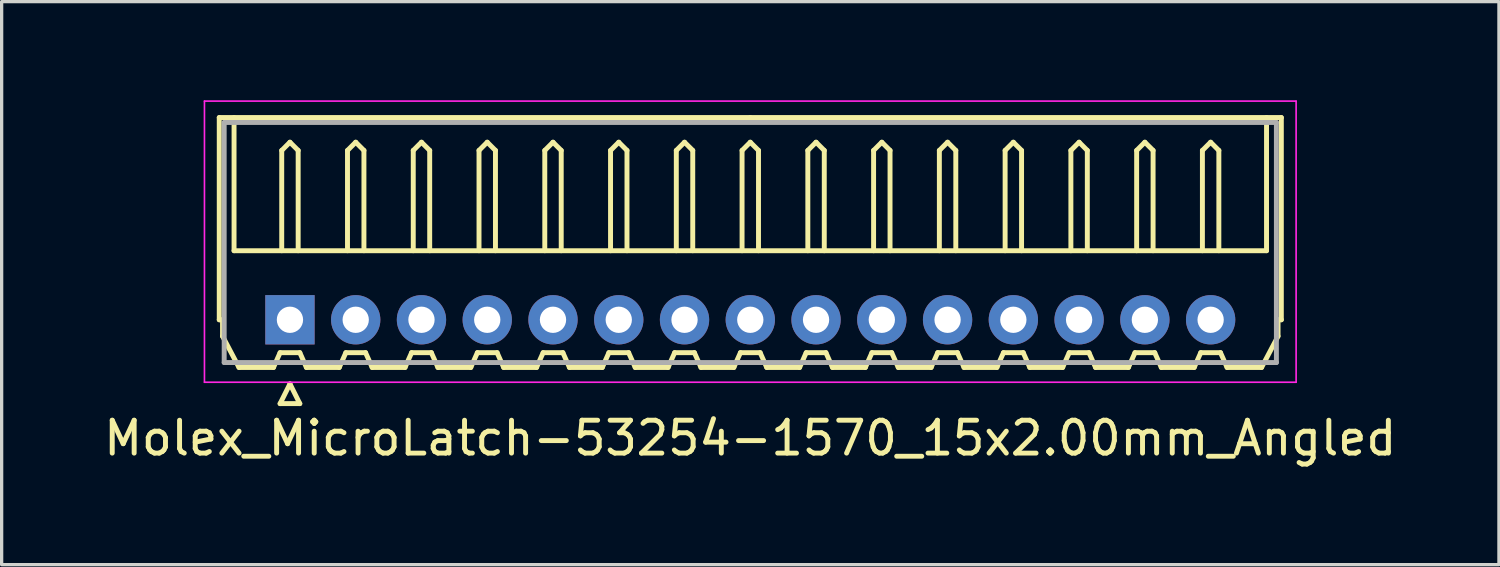
<source format=kicad_pcb>
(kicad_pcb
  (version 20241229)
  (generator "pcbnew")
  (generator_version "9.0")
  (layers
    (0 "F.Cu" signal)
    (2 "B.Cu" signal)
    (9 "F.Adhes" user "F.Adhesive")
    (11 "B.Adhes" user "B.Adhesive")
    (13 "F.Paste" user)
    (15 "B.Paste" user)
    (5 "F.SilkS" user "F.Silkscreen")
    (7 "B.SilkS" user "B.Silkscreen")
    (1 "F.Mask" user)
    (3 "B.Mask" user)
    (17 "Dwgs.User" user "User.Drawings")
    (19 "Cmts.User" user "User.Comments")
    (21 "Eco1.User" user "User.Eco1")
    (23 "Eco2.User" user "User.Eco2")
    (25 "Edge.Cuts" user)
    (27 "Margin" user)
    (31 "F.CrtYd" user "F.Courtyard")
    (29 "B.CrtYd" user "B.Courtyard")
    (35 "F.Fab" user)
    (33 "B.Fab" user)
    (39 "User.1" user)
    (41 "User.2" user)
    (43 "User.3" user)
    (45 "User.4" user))
  (footprint "Molex_MicroLatch-53254-1570_15x2.00mm_Angled"
    (layer "F.Cu")
    (at 5.768 6.675)
    (property "Reference" "Molex_MicroLatch-53254-1570_15x2.00mm_Angled" (at 14 3.6 0) (layer "F.SilkS") (effects (font (size 1 1) (thickness 0.15))))
    (attr through_hole)
    (fp_line (start -2.15 -6.15) (end 14 -6.15) (stroke (width 0.15) (type solid)) (layer "F.SilkS"))
    (fp_line (start -2.15 0) (end -2.15 -6.15) (stroke (width 0.15) (type solid)) (layer "F.SilkS"))
    (fp_line (start -2.05 0) (end -2.15 0) (stroke (width 0.15) (type solid)) (layer "F.SilkS"))
    (fp_line (start -2.05 0.5) (end -2.05 0) (stroke (width 0.15) (type solid)) (layer "F.SilkS"))
    (fp_line (start -1.7 -6.15) (end -1.7 -2.1) (stroke (width 0.15) (type solid)) (layer "F.SilkS"))
    (fp_line (start -1.7 -2.1) (end 29.7 -2.1) (stroke (width 0.15) (type solid)) (layer "F.SilkS"))
    (fp_line (start -1.55 1.45) (end -2.05 0.5) (stroke (width 0.15) (type solid)) (layer "F.SilkS"))
    (fp_line (start -0.5 1.45) (end -1.55 1.45) (stroke (width 0.15) (type solid)) (layer "F.SilkS"))
    (fp_line (start -0.3 1) (end -0.5 1.45) (stroke (width 0.15) (type solid)) (layer "F.SilkS"))
    (fp_line (start -0.3 1) (end 0.3 1) (stroke (width 0.15) (type solid)) (layer "F.SilkS"))
    (fp_line (start -0.3 2.55) (end 0.3 2.55) (stroke (width 0.15) (type solid)) (layer "F.SilkS"))
    (fp_line (start -0.25 -5.15) (end 0 -5.4) (stroke (width 0.15) (type solid)) (layer "F.SilkS"))
    (fp_line (start -0.25 -2.1) (end -0.25 -5.15) (stroke (width 0.15) (type solid)) (layer "F.SilkS"))
    (fp_line (start 0 -5.4) (end 0.25 -5.15) (stroke (width 0.15) (type solid)) (layer "F.SilkS"))
    (fp_line (start 0 1.95) (end -0.3 2.55) (stroke (width 0.15) (type solid)) (layer "F.SilkS"))
    (fp_line (start 0.25 -5.15) (end 0.25 -2.1) (stroke (width 0.15) (type solid)) (layer "F.SilkS"))
    (fp_line (start 0.3 1) (end 0.5 1.45) (stroke (width 0.15) (type solid)) (layer "F.SilkS"))
    (fp_line (start 0.3 2.55) (end 0 1.95) (stroke (width 0.15) (type solid)) (layer "F.SilkS"))
    (fp_line (start 0.5 1.45) (end 1.5 1.45) (stroke (width 0.15) (type solid)) (layer "F.SilkS"))
    (fp_line (start 1.5 1.45) (end 1.7 1) (stroke (width 0.15) (type solid)) (layer "F.SilkS"))
    (fp_line (start 1.7 1) (end 2.3 1) (stroke (width 0.15) (type solid)) (layer "F.SilkS"))
    (fp_line (start 1.75 -5.15) (end 2 -5.4) (stroke (width 0.15) (type solid)) (layer "F.SilkS"))
    (fp_line (start 1.75 -2.1) (end 1.75 -5.15) (stroke (width 0.15) (type solid)) (layer "F.SilkS"))
    (fp_line (start 2 -5.4) (end 2.25 -5.15) (stroke (width 0.15) (type solid)) (layer "F.SilkS"))
    (fp_line (start 2.25 -5.15) (end 2.25 -2.1) (stroke (width 0.15) (type solid)) (layer "F.SilkS"))
    (fp_line (start 2.3 1) (end 2.5 1.45) (stroke (width 0.15) (type solid)) (layer "F.SilkS"))
    (fp_line (start 2.5 1.45) (end 3.5 1.45) (stroke (width 0.15) (type solid)) (layer "F.SilkS"))
    (fp_line (start 3.5 1.45) (end 3.7 1) (stroke (width 0.15) (type solid)) (layer "F.SilkS"))
    (fp_line (start 3.7 1) (end 4.3 1) (stroke (width 0.15) (type solid)) (layer "F.SilkS"))
    (fp_line (start 3.75 -5.15) (end 4 -5.4) (stroke (width 0.15) (type solid)) (layer "F.SilkS"))
    (fp_line (start 3.75 -2.1) (end 3.75 -5.15) (stroke (width 0.15) (type solid)) (layer "F.SilkS"))
    (fp_line (start 4 -5.4) (end 4.25 -5.15) (stroke (width 0.15) (type solid)) (layer "F.SilkS"))
    (fp_line (start 4.25 -5.15) (end 4.25 -2.1) (stroke (width 0.15) (type solid)) (layer "F.SilkS"))
    (fp_line (start 4.3 1) (end 4.5 1.45) (stroke (width 0.15) (type solid)) (layer "F.SilkS"))
    (fp_line (start 4.5 1.45) (end 5.5 1.45) (stroke (width 0.15) (type solid)) (layer "F.SilkS"))
    (fp_line (start 5.5 1.45) (end 5.7 1) (stroke (width 0.15) (type solid)) (layer "F.SilkS"))
    (fp_line (start 5.7 1) (end 6.3 1) (stroke (width 0.15) (type solid)) (layer "F.SilkS"))
    (fp_line (start 5.75 -5.15) (end 6 -5.4) (stroke (width 0.15) (type solid)) (layer "F.SilkS"))
    (fp_line (start 5.75 -2.1) (end 5.75 -5.15) (stroke (width 0.15) (type solid)) (layer "F.SilkS"))
    (fp_line (start 6 -5.4) (end 6.25 -5.15) (stroke (width 0.15) (type solid)) (layer "F.SilkS"))
    (fp_line (start 6.25 -5.15) (end 6.25 -2.1) (stroke (width 0.15) (type solid)) (layer "F.SilkS"))
    (fp_line (start 6.3 1) (end 6.5 1.45) (stroke (width 0.15) (type solid)) (layer "F.SilkS"))
    (fp_line (start 6.5 1.45) (end 7.5 1.45) (stroke (width 0.15) (type solid)) (layer "F.SilkS"))
    (fp_line (start 7.5 1.45) (end 7.7 1) (stroke (width 0.15) (type solid)) (layer "F.SilkS"))
    (fp_line (start 7.7 1) (end 8.3 1) (stroke (width 0.15) (type solid)) (layer "F.SilkS"))
    (fp_line (start 7.75 -5.15) (end 8 -5.4) (stroke (width 0.15) (type solid)) (layer "F.SilkS"))
    (fp_line (start 7.75 -2.1) (end 7.75 -5.15) (stroke (width 0.15) (type solid)) (layer "F.SilkS"))
    (fp_line (start 8 -5.4) (end 8.25 -5.15) (stroke (width 0.15) (type solid)) (layer "F.SilkS"))
    (fp_line (start 8.25 -5.15) (end 8.25 -2.1) (stroke (width 0.15) (type solid)) (layer "F.SilkS"))
    (fp_line (start 8.3 1) (end 8.5 1.45) (stroke (width 0.15) (type solid)) (layer "F.SilkS"))
    (fp_line (start 8.5 1.45) (end 9.5 1.45) (stroke (width 0.15) (type solid)) (layer "F.SilkS"))
    (fp_line (start 9.5 1.45) (end 9.7 1) (stroke (width 0.15) (type solid)) (layer "F.SilkS"))
    (fp_line (start 9.7 1) (end 10.3 1) (stroke (width 0.15) (type solid)) (layer "F.SilkS"))
    (fp_line (start 9.75 -5.15) (end 10 -5.4) (stroke (width 0.15) (type solid)) (layer "F.SilkS"))
    (fp_line (start 9.75 -2.1) (end 9.75 -5.15) (stroke (width 0.15) (type solid)) (layer "F.SilkS"))
    (fp_line (start 10 -5.4) (end 10.25 -5.15) (stroke (width 0.15) (type solid)) (layer "F.SilkS"))
    (fp_line (start 10.25 -5.15) (end 10.25 -2.1) (stroke (width 0.15) (type solid)) (layer "F.SilkS"))
    (fp_line (start 10.3 1) (end 10.5 1.45) (stroke (width 0.15) (type solid)) (layer "F.SilkS"))
    (fp_line (start 10.5 1.45) (end 11.5 1.45) (stroke (width 0.15) (type solid)) (layer "F.SilkS"))
    (fp_line (start 11.5 1.45) (end 11.7 1) (stroke (width 0.15) (type solid)) (layer "F.SilkS"))
    (fp_line (start 11.7 1) (end 12.3 1) (stroke (width 0.15) (type solid)) (layer "F.SilkS"))
    (fp_line (start 11.75 -5.15) (end 12 -5.4) (stroke (width 0.15) (type solid)) (layer "F.SilkS"))
    (fp_line (start 11.75 -2.1) (end 11.75 -5.15) (stroke (width 0.15) (type solid)) (layer "F.SilkS"))
    (fp_line (start 12 -5.4) (end 12.25 -5.15) (stroke (width 0.15) (type solid)) (layer "F.SilkS"))
    (fp_line (start 12.25 -5.15) (end 12.25 -2.1) (stroke (width 0.15) (type solid)) (layer "F.SilkS"))
    (fp_line (start 12.3 1) (end 12.5 1.45) (stroke (width 0.15) (type solid)) (layer "F.SilkS"))
    (fp_line (start 12.5 1.45) (end 13.5 1.45) (stroke (width 0.15) (type solid)) (layer "F.SilkS"))
    (fp_line (start 13.5 1.45) (end 13.7 1) (stroke (width 0.15) (type solid)) (layer "F.SilkS"))
    (fp_line (start 13.7 1) (end 14.3 1) (stroke (width 0.15) (type solid)) (layer "F.SilkS"))
    (fp_line (start 13.75 -5.15) (end 14 -5.4) (stroke (width 0.15) (type solid)) (layer "F.SilkS"))
    (fp_line (start 13.75 -2.1) (end 13.75 -5.15) (stroke (width 0.15) (type solid)) (layer "F.SilkS"))
    (fp_line (start 14 -5.4) (end 14.25 -5.15) (stroke (width 0.15) (type solid)) (layer "F.SilkS"))
    (fp_line (start 14.25 -5.15) (end 14.25 -2.1) (stroke (width 0.15) (type solid)) (layer "F.SilkS"))
    (fp_line (start 14.3 1) (end 14.5 1.45) (stroke (width 0.15) (type solid)) (layer "F.SilkS"))
    (fp_line (start 14.5 1.45) (end 15.5 1.45) (stroke (width 0.15) (type solid)) (layer "F.SilkS"))
    (fp_line (start 15.5 1.45) (end 15.7 1) (stroke (width 0.15) (type solid)) (layer "F.SilkS"))
    (fp_line (start 15.7 1) (end 16.3 1) (stroke (width 0.15) (type solid)) (layer "F.SilkS"))
    (fp_line (start 15.75 -5.15) (end 16 -5.4) (stroke (width 0.15) (type solid)) (layer "F.SilkS"))
    (fp_line (start 15.75 -2.1) (end 15.75 -5.15) (stroke (width 0.15) (type solid)) (layer "F.SilkS"))
    (fp_line (start 16 -5.4) (end 16.25 -5.15) (stroke (width 0.15) (type solid)) (layer "F.SilkS"))
    (fp_line (start 16.25 -5.15) (end 16.25 -2.1) (stroke (width 0.15) (type solid)) (layer "F.SilkS"))
    (fp_line (start 16.3 1) (end 16.5 1.45) (stroke (width 0.15) (type solid)) (layer "F.SilkS"))
    (fp_line (start 16.5 1.45) (end 17.5 1.45) (stroke (width 0.15) (type solid)) (layer "F.SilkS"))
    (fp_line (start 17.5 1.45) (end 17.7 1) (stroke (width 0.15) (type solid)) (layer "F.SilkS"))
    (fp_line (start 17.7 1) (end 18.3 1) (stroke (width 0.15) (type solid)) (layer "F.SilkS"))
    (fp_line (start 17.75 -5.15) (end 18 -5.4) (stroke (width 0.15) (type solid)) (layer "F.SilkS"))
    (fp_line (start 17.75 -2.1) (end 17.75 -5.15) (stroke (width 0.15) (type solid)) (layer "F.SilkS"))
    (fp_line (start 18 -5.4) (end 18.25 -5.15) (stroke (width 0.15) (type solid)) (layer "F.SilkS"))
    (fp_line (start 18.25 -5.15) (end 18.25 -2.1) (stroke (width 0.15) (type solid)) (layer "F.SilkS"))
    (fp_line (start 18.3 1) (end 18.5 1.45) (stroke (width 0.15) (type solid)) (layer "F.SilkS"))
    (fp_line (start 18.5 1.45) (end 19.5 1.45) (stroke (width 0.15) (type solid)) (layer "F.SilkS"))
    (fp_line (start 19.5 1.45) (end 19.7 1) (stroke (width 0.15) (type solid)) (layer "F.SilkS"))
    (fp_line (start 19.7 1) (end 20.3 1) (stroke (width 0.15) (type solid)) (layer "F.SilkS"))
    (fp_line (start 19.75 -5.15) (end 20 -5.4) (stroke (width 0.15) (type solid)) (layer "F.SilkS"))
    (fp_line (start 19.75 -2.1) (end 19.75 -5.15) (stroke (width 0.15) (type solid)) (layer "F.SilkS"))
    (fp_line (start 20 -5.4) (end 20.25 -5.15) (stroke (width 0.15) (type solid)) (layer "F.SilkS"))
    (fp_line (start 20.25 -5.15) (end 20.25 -2.1) (stroke (width 0.15) (type solid)) (layer "F.SilkS"))
    (fp_line (start 20.3 1) (end 20.5 1.45) (stroke (width 0.15) (type solid)) (layer "F.SilkS"))
    (fp_line (start 20.5 1.45) (end 21.5 1.45) (stroke (width 0.15) (type solid)) (layer "F.SilkS"))
    (fp_line (start 21.5 1.45) (end 21.7 1) (stroke (width 0.15) (type solid)) (layer "F.SilkS"))
    (fp_line (start 21.7 1) (end 22.3 1) (stroke (width 0.15) (type solid)) (layer "F.SilkS"))
    (fp_line (start 21.75 -5.15) (end 22 -5.4) (stroke (width 0.15) (type solid)) (layer "F.SilkS"))
    (fp_line (start 21.75 -2.1) (end 21.75 -5.15) (stroke (width 0.15) (type solid)) (layer "F.SilkS"))
    (fp_line (start 22 -5.4) (end 22.25 -5.15) (stroke (width 0.15) (type solid)) (layer "F.SilkS"))
    (fp_line (start 22.25 -5.15) (end 22.25 -2.1) (stroke (width 0.15) (type solid)) (layer "F.SilkS"))
    (fp_line (start 22.3 1) (end 22.5 1.45) (stroke (width 0.15) (type solid)) (layer "F.SilkS"))
    (fp_line (start 22.5 1.45) (end 23.5 1.45) (stroke (width 0.15) (type solid)) (layer "F.SilkS"))
    (fp_line (start 23.5 1.45) (end 23.7 1) (stroke (width 0.15) (type solid)) (layer "F.SilkS"))
    (fp_line (start 23.7 1) (end 24.3 1) (stroke (width 0.15) (type solid)) (layer "F.SilkS"))
    (fp_line (start 23.75 -5.15) (end 24 -5.4) (stroke (width 0.15) (type solid)) (layer "F.SilkS"))
    (fp_line (start 23.75 -2.1) (end 23.75 -5.15) (stroke (width 0.15) (type solid)) (layer "F.SilkS"))
    (fp_line (start 24 -5.4) (end 24.25 -5.15) (stroke (width 0.15) (type solid)) (layer "F.SilkS"))
    (fp_line (start 24.25 -5.15) (end 24.25 -2.1) (stroke (width 0.15) (type solid)) (layer "F.SilkS"))
    (fp_line (start 24.3 1) (end 24.5 1.45) (stroke (width 0.15) (type solid)) (layer "F.SilkS"))
    (fp_line (start 24.5 1.45) (end 25.5 1.45) (stroke (width 0.15) (type solid)) (layer "F.SilkS"))
    (fp_line (start 25.5 1.45) (end 25.7 1) (stroke (width 0.15) (type solid)) (layer "F.SilkS"))
    (fp_line (start 25.7 1) (end 26.3 1) (stroke (width 0.15) (type solid)) (layer "F.SilkS"))
    (fp_line (start 25.75 -5.15) (end 26 -5.4) (stroke (width 0.15) (type solid)) (layer "F.SilkS"))
    (fp_line (start 25.75 -2.1) (end 25.75 -5.15) (stroke (width 0.15) (type solid)) (layer "F.SilkS"))
    (fp_line (start 26 -5.4) (end 26.25 -5.15) (stroke (width 0.15) (type solid)) (layer "F.SilkS"))
    (fp_line (start 26.25 -5.15) (end 26.25 -2.1) (stroke (width 0.15) (type solid)) (layer "F.SilkS"))
    (fp_line (start 26.3 1) (end 26.5 1.45) (stroke (width 0.15) (type solid)) (layer "F.SilkS"))
    (fp_line (start 26.5 1.45) (end 27.5 1.45) (stroke (width 0.15) (type solid)) (layer "F.SilkS"))
    (fp_line (start 27.5 1.45) (end 27.7 1) (stroke (width 0.15) (type solid)) (layer "F.SilkS"))
    (fp_line (start 27.7 1) (end 28.3 1) (stroke (width 0.15) (type solid)) (layer "F.SilkS"))
    (fp_line (start 27.75 -5.15) (end 28 -5.4) (stroke (width 0.15) (type solid)) (layer "F.SilkS"))
    (fp_line (start 27.75 -2.1) (end 27.75 -5.15) (stroke (width 0.15) (type solid)) (layer "F.SilkS"))
    (fp_line (start 28 -5.4) (end 28.25 -5.15) (stroke (width 0.15) (type solid)) (layer "F.SilkS"))
    (fp_line (start 28.25 -5.15) (end 28.25 -2.1) (stroke (width 0.15) (type solid)) (layer "F.SilkS"))
    (fp_line (start 28.3 1) (end 28.5 1.45) (stroke (width 0.15) (type solid)) (layer "F.SilkS"))
    (fp_line (start 28.5 1.45) (end 29.55 1.45) (stroke (width 0.15) (type solid)) (layer "F.SilkS"))
    (fp_line (start 29.55 1.45) (end 30.05 0.5) (stroke (width 0.15) (type solid)) (layer "F.SilkS"))
    (fp_line (start 29.7 -2.1) (end 29.7 -6.15) (stroke (width 0.15) (type solid)) (layer "F.SilkS"))
    (fp_line (start 30.05 0) (end 30.15 0) (stroke (width 0.15) (type solid)) (layer "F.SilkS"))
    (fp_line (start 30.05 0.5) (end 30.05 0) (stroke (width 0.15) (type solid)) (layer "F.SilkS"))
    (fp_line (start 30.15 -6.15) (end 14 -6.15) (stroke (width 0.15) (type solid)) (layer "F.SilkS"))
    (fp_line (start 30.15 0) (end 30.15 -6.15) (stroke (width 0.15) (type solid)) (layer "F.SilkS"))
    (fp_line (start -2.6 -6.65) (end -2.6 1.9) (stroke (width 0.05) (type solid)) (layer "F.CrtYd"))
    (fp_line (start -2.6 1.9) (end 30.6 1.9) (stroke (width 0.05) (type solid)) (layer "F.CrtYd"))
    (fp_line (start 30.6 -6.65) (end -2.6 -6.65) (stroke (width 0.05) (type solid)) (layer "F.CrtYd"))
    (fp_line (start 30.6 1.9) (end 30.6 -6.65) (stroke (width 0.05) (type solid)) (layer "F.CrtYd"))
    (fp_line (start -2 -6) (end -2 1.3) (stroke (width 0.15) (type solid)) (layer "F.Fab"))
    (fp_line (start -2 1.3) (end 30 1.3) (stroke (width 0.15) (type solid)) (layer "F.Fab"))
    (fp_line (start 30 -6) (end -2 -6) (stroke (width 0.15) (type solid)) (layer "F.Fab"))
    (fp_line (start 30 1.3) (end 30 -6) (stroke (width 0.15) (type solid)) (layer "F.Fab"))
    (pad "1" thru_hole rect (at 0 0) (size 1.5 1.5) (drill 0.8) (layers "*.Cu" "*.Mask"))
    (pad "2" thru_hole circle (at 2 0) (size 1.5 1.5) (drill 0.8) (layers "*.Cu" "*.Mask"))
    (pad "3" thru_hole circle (at 4 0) (size 1.5 1.5) (drill 0.8) (layers "*.Cu" "*.Mask"))
    (pad "4" thru_hole circle (at 6 0) (size 1.5 1.5) (drill 0.8) (layers "*.Cu" "*.Mask"))
    (pad "5" thru_hole circle (at 8 0) (size 1.5 1.5) (drill 0.8) (layers "*.Cu" "*.Mask"))
    (pad "6" thru_hole circle (at 10 0) (size 1.5 1.5) (drill 0.8) (layers "*.Cu" "*.Mask"))
    (pad "7" thru_hole circle (at 12 0) (size 1.5 1.5) (drill 0.8) (layers "*.Cu" "*.Mask"))
    (pad "8" thru_hole circle (at 14 0) (size 1.5 1.5) (drill 0.8) (layers "*.Cu" "*.Mask"))
    (pad "9" thru_hole circle (at 16 0) (size 1.5 1.5) (drill 0.8) (layers "*.Cu" "*.Mask"))
    (pad "10" thru_hole circle (at 18 0) (size 1.5 1.5) (drill 0.8) (layers "*.Cu" "*.Mask"))
    (pad "11" thru_hole circle (at 20 0) (size 1.5 1.5) (drill 0.8) (layers "*.Cu" "*.Mask"))
    (pad "12" thru_hole circle (at 22 0) (size 1.5 1.5) (drill 0.8) (layers "*.Cu" "*.Mask"))
    (pad "13" thru_hole circle (at 24 0) (size 1.5 1.5) (drill 0.8) (layers "*.Cu" "*.Mask"))
    (pad "14" thru_hole circle (at 26 0) (size 1.5 1.5) (drill 0.8) (layers "*.Cu" "*.Mask"))
    (pad "15" thru_hole circle (at 28 0) (size 1.5 1.5) (drill 0.8) (layers "*.Cu" "*.Mask")))
  (gr_rect
    (start -3 -3)
    (end 42.536 14.123)
    (stroke (width 0.1) (type default))
    (fill no)
    (layer "Edge.Cuts")))
</source>
